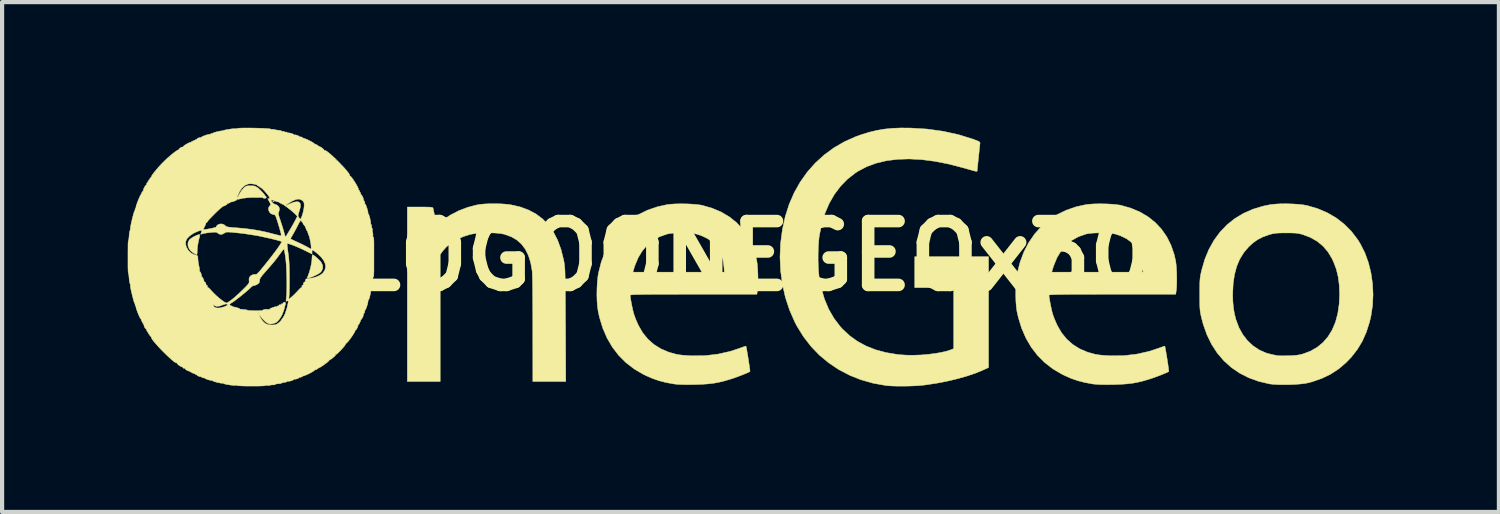
<source format=kicad_pcb>
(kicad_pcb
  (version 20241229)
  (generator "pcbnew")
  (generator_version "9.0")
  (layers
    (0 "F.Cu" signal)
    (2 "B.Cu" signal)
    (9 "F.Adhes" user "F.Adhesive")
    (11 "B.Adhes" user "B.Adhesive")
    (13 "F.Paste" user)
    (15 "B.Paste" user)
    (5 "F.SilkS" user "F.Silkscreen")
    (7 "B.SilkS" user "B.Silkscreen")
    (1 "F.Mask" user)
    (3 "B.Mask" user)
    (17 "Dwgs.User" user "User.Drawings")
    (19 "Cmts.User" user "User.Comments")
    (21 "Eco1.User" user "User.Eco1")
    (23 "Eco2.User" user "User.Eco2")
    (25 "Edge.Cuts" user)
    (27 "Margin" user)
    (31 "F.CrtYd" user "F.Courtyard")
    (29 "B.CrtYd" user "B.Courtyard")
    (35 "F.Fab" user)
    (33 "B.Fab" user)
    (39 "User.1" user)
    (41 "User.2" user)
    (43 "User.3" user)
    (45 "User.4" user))
  (footprint "LOGOONEGEOx30"
    (layer "F.Cu")
    (at 14.848 3.063)
    (property "Reference" "LOGOONEGEOx30" (at 0 0 0) (layer "F.SilkS") (effects (font (size 1.524 1.524) (thickness 0.3))))
    (attr through_hole)
    (fp_poly (pts (xy -11.35 -1.308) (xy -11.355 -1.3) (xy -11.371 -1.299) (xy -11.388 -1.303) (xy -11.381 -1.309) (xy -11.356 -1.311) (xy -11.35 -1.308)) (stroke (width 0.01) (type solid)) (fill yes) (layer "F.SilkS"))
    (fp_poly (pts (xy -13.125 -0.506) (xy -13.128 -0.488) (xy -13.137 -0.447) (xy -13.151 -0.39) (xy -13.157 -0.366) (xy -13.172 -0.288) (xy -13.184 -0.207) (xy -13.189 -0.139) (xy -13.189 -0.132) (xy -13.19 -0.08) (xy -13.195 -0.044) (xy -13.201 -0.032) (xy -13.221 -0.04) (xy -13.257 -0.059) (xy -13.28 -0.072) (xy -13.346 -0.125) (xy -13.391 -0.189) (xy -13.412 -0.257) (xy -13.409 -0.324) (xy -13.38 -0.383) (xy -13.373 -0.391) (xy -13.34 -0.419) (xy -13.294 -0.449) (xy -13.243 -0.476) (xy -13.194 -0.498) (xy -13.153 -0.511) (xy -13.129 -0.512) (xy -13.125 -0.506)) (stroke (width 0.01) (type solid)) (fill yes) (layer "F.SilkS"))
    (fp_poly (pts (xy -10.414 -0.021) (xy -10.376 0.006) (xy -10.332 0.043) (xy -10.287 0.085) (xy -10.249 0.124) (xy -10.233 0.143) (xy -10.197 0.215) (xy -10.191 0.286) (xy -10.217 0.353) (xy -10.246 0.389) (xy -10.278 0.414) (xy -10.326 0.442) (xy -10.383 0.47) (xy -10.441 0.495) (xy -10.494 0.515) (xy -10.535 0.526) (xy -10.558 0.526) (xy -10.561 0.521) (xy -10.555 0.502) (xy -10.541 0.465) (xy -10.536 0.452) (xy -10.511 0.381) (xy -10.487 0.294) (xy -10.467 0.201) (xy -10.453 0.116) (xy -10.449 0.052) (xy -10.446 0.005) (xy -10.441 -0.025) (xy -10.436 -0.032) (xy -10.414 -0.021)) (stroke (width 0.01) (type solid)) (fill yes) (layer "F.SilkS"))
    (fp_poly (pts (xy -5.94 -1.246) (xy -5.816 -1.238) (xy -5.713 -1.226) (xy -5.704 -1.224) (xy -5.481 -1.174) (xy -5.28 -1.1) (xy -5.1 -1.004) (xy -4.94 -0.883) (xy -4.801 -0.739) (xy -4.683 -0.57) (xy -4.583 -0.376) (xy -4.503 -0.157) (xy -4.442 0.088) (xy -4.435 0.12) (xy -4.429 0.152) (xy -4.424 0.185) (xy -4.42 0.219) (xy -4.416 0.257) (xy -4.412 0.302) (xy -4.409 0.355) (xy -4.407 0.42) (xy -4.405 0.498) (xy -4.403 0.591) (xy -4.401 0.703) (xy -4.4 0.835) (xy -4.399 0.989) (xy -4.398 1.169) (xy -4.397 1.375) (xy -4.396 1.611) (xy -4.395 1.647) (xy -4.389 2.997) (xy -5.176 2.997) (xy -5.177 1.735) (xy -5.177 1.525) (xy -5.178 1.325) (xy -5.179 1.137) (xy -5.18 0.962) (xy -5.181 0.804) (xy -5.183 0.666) (xy -5.185 0.549) (xy -5.188 0.456) (xy -5.19 0.391) (xy -5.192 0.354) (xy -5.193 0.354) (xy -5.228 0.157) (xy -5.282 -0.015) (xy -5.354 -0.161) (xy -5.445 -0.283) (xy -5.556 -0.382) (xy -5.688 -0.459) (xy -5.842 -0.515) (xy -5.874 -0.524) (xy -5.963 -0.54) (xy -6.075 -0.55) (xy -6.201 -0.554) (xy -6.333 -0.553) (xy -6.461 -0.546) (xy -6.577 -0.534) (xy -6.672 -0.516) (xy -6.675 -0.516) (xy -6.837 -0.464) (xy -6.989 -0.395) (xy -7.126 -0.311) (xy -7.242 -0.216) (xy -7.333 -0.113) (xy -7.34 -0.104) (xy -7.388 -0.034) (xy -7.388 2.997) (xy -8.173 2.997) (xy -8.173 -1.17) (xy -7.869 -1.17) (xy -7.763 -1.17) (xy -7.685 -1.169) (xy -7.629 -1.167) (xy -7.593 -1.163) (xy -7.572 -1.158) (xy -7.562 -1.15) (xy -7.558 -1.142) (xy -7.552 -1.115) (xy -7.541 -1.065) (xy -7.528 -0.998) (xy -7.515 -0.928) (xy -7.481 -0.741) (xy -7.334 -0.852) (xy -7.147 -0.977) (xy -6.944 -1.082) (xy -6.732 -1.163) (xy -6.52 -1.219) (xy -6.435 -1.233) (xy -6.332 -1.243) (xy -6.208 -1.248) (xy -6.074 -1.249) (xy -5.94 -1.246)) (stroke (width 0.01) (type solid)) (fill yes) (layer "F.SilkS"))
    (fp_poly (pts (xy 3.841 -3.056) (xy 3.845 -3.056) (xy 4.239 -3.032) (xy 4.62 -2.979) (xy 4.985 -2.899) (xy 5.334 -2.791) (xy 5.376 -2.775) (xy 5.439 -2.751) (xy 5.477 -2.733) (xy 5.496 -2.717) (xy 5.501 -2.7) (xy 5.501 -2.69) (xy 5.498 -2.663) (xy 5.492 -2.609) (xy 5.484 -2.535) (xy 5.475 -2.446) (xy 5.465 -2.353) (xy 5.455 -2.257) (xy 5.446 -2.173) (xy 5.439 -2.104) (xy 5.434 -2.056) (xy 5.433 -2.034) (xy 5.433 -2.034) (xy 5.432 -2.027) (xy 5.426 -2.023) (xy 5.412 -2.022) (xy 5.386 -2.027) (xy 5.344 -2.038) (xy 5.282 -2.055) (xy 5.196 -2.079) (xy 5.109 -2.104) (xy 4.76 -2.195) (xy 4.427 -2.261) (xy 4.11 -2.302) (xy 3.811 -2.318) (xy 3.529 -2.309) (xy 3.266 -2.276) (xy 3.021 -2.217) (xy 2.796 -2.134) (xy 2.59 -2.026) (xy 2.526 -1.985) (xy 2.337 -1.837) (xy 2.17 -1.666) (xy 2.024 -1.472) (xy 1.9 -1.256) (xy 1.798 -1.018) (xy 1.72 -0.761) (xy 1.664 -0.484) (xy 1.659 -0.45) (xy 1.648 -0.34) (xy 1.64 -0.207) (xy 1.636 -0.062) (xy 1.635 0.088) (xy 1.639 0.234) (xy 1.646 0.367) (xy 1.657 0.478) (xy 1.658 0.492) (xy 1.712 0.773) (xy 1.789 1.033) (xy 1.889 1.271) (xy 2.014 1.487) (xy 2.162 1.682) (xy 2.214 1.74) (xy 2.385 1.9) (xy 2.573 2.036) (xy 2.78 2.148) (xy 3.005 2.237) (xy 3.252 2.304) (xy 3.521 2.349) (xy 3.599 2.357) (xy 3.754 2.367) (xy 3.921 2.368) (xy 4.094 2.362) (xy 4.267 2.347) (xy 4.433 2.326) (xy 4.585 2.299) (xy 4.719 2.267) (xy 4.82 2.233) (xy 4.872 2.211) (xy 4.872 0.753) (xy 3.942 0.753) (xy 3.942 0.016) (xy 5.705 0.016) (xy 5.705 2.662) (xy 5.581 2.719) (xy 5.398 2.795) (xy 5.189 2.866) (xy 4.959 2.931) (xy 4.714 2.989) (xy 4.459 3.038) (xy 4.2 3.077) (xy 4.135 3.085) (xy 4.039 3.094) (xy 3.922 3.1) (xy 3.793 3.105) (xy 3.66 3.106) (xy 3.53 3.106) (xy 3.41 3.103) (xy 3.309 3.097) (xy 3.253 3.091) (xy 2.95 3.037) (xy 2.66 2.955) (xy 2.386 2.846) (xy 2.128 2.711) (xy 1.887 2.55) (xy 1.666 2.366) (xy 1.466 2.158) (xy 1.287 1.927) (xy 1.131 1.675) (xy 1.081 1.58) (xy 0.954 1.291) (xy 0.854 0.988) (xy 0.783 0.674) (xy 0.74 0.353) (xy 0.725 0.025) (xy 0.739 -0.304) (xy 0.783 -0.634) (xy 0.851 -0.944) (xy 0.944 -1.236) (xy 1.063 -1.51) (xy 1.207 -1.766) (xy 1.375 -2.003) (xy 1.566 -2.219) (xy 1.779 -2.413) (xy 2.012 -2.584) (xy 2.266 -2.731) (xy 2.537 -2.852) (xy 2.668 -2.899) (xy 2.857 -2.957) (xy 3.038 -3) (xy 3.219 -3.031) (xy 3.409 -3.05) (xy 3.613 -3.058) (xy 3.841 -3.056)) (stroke (width 0.01) (type solid)) (fill yes) (layer "F.SilkS"))
    (fp_poly (pts (xy 12.954 -1.244) (xy 13.09 -1.236) (xy 13.213 -1.223) (xy 13.312 -1.205) (xy 13.317 -1.204) (xy 13.565 -1.131) (xy 13.796 -1.032) (xy 14.008 -0.908) (xy 14.199 -0.759) (xy 14.371 -0.586) (xy 14.52 -0.39) (xy 14.582 -0.289) (xy 14.69 -0.076) (xy 14.774 0.156) (xy 14.835 0.402) (xy 14.872 0.657) (xy 14.885 0.917) (xy 14.873 1.177) (xy 14.835 1.433) (xy 14.8 1.581) (xy 14.724 1.818) (xy 14.629 2.032) (xy 14.512 2.227) (xy 14.371 2.409) (xy 14.24 2.545) (xy 14.063 2.696) (xy 13.871 2.821) (xy 13.661 2.922) (xy 13.431 3.002) (xy 13.317 3.031) (xy 13.235 3.046) (xy 13.129 3.057) (xy 13.007 3.066) (xy 12.876 3.071) (xy 12.744 3.072) (xy 12.619 3.07) (xy 12.508 3.064) (xy 12.42 3.054) (xy 12.412 3.053) (xy 12.155 2.993) (xy 11.918 2.907) (xy 11.699 2.796) (xy 11.501 2.66) (xy 11.323 2.5) (xy 11.166 2.317) (xy 11.032 2.111) (xy 10.92 1.883) (xy 10.831 1.633) (xy 10.791 1.482) (xy 10.776 1.419) (xy 10.765 1.364) (xy 10.757 1.313) (xy 10.752 1.258) (xy 10.748 1.194) (xy 10.747 1.115) (xy 10.746 1.014) (xy 10.746 0.913) (xy 11.534 0.913) (xy 11.538 1.087) (xy 11.552 1.239) (xy 11.576 1.381) (xy 11.612 1.521) (xy 11.613 1.522) (xy 11.683 1.709) (xy 11.776 1.876) (xy 11.889 2.022) (xy 12.022 2.145) (xy 12.171 2.244) (xy 12.335 2.316) (xy 12.476 2.353) (xy 12.533 2.364) (xy 12.581 2.374) (xy 12.604 2.379) (xy 12.631 2.381) (xy 12.683 2.382) (xy 12.754 2.382) (xy 12.836 2.381) (xy 12.86 2.38) (xy 12.975 2.376) (xy 13.066 2.368) (xy 13.142 2.355) (xy 13.204 2.34) (xy 13.387 2.272) (xy 13.549 2.18) (xy 13.69 2.064) (xy 13.811 1.924) (xy 13.91 1.762) (xy 13.988 1.577) (xy 14.043 1.371) (xy 14.076 1.144) (xy 14.086 0.913) (xy 14.078 0.695) (xy 14.052 0.497) (xy 14.008 0.315) (xy 13.943 0.143) (xy 13.907 0.065) (xy 13.809 -0.099) (xy 13.69 -0.237) (xy 13.55 -0.353) (xy 13.389 -0.444) (xy 13.205 -0.513) (xy 13.196 -0.516) (xy 13.143 -0.53) (xy 13.093 -0.54) (xy 13.039 -0.547) (xy 12.973 -0.55) (xy 12.889 -0.552) (xy 12.804 -0.552) (xy 12.702 -0.551) (xy 12.624 -0.549) (xy 12.564 -0.544) (xy 12.512 -0.537) (xy 12.462 -0.526) (xy 12.406 -0.51) (xy 12.396 -0.507) (xy 12.252 -0.455) (xy 12.13 -0.393) (xy 12.019 -0.314) (xy 11.914 -0.218) (xy 11.797 -0.08) (xy 11.702 0.075) (xy 11.629 0.249) (xy 11.577 0.443) (xy 11.545 0.659) (xy 11.534 0.898) (xy 11.534 0.913) (xy 10.746 0.913) (xy 10.746 0.792) (xy 10.747 0.696) (xy 10.749 0.62) (xy 10.753 0.558) (xy 10.759 0.504) (xy 10.767 0.453) (xy 10.779 0.397) (xy 10.791 0.345) (xy 10.866 0.083) (xy 10.965 -0.157) (xy 11.087 -0.376) (xy 11.231 -0.572) (xy 11.397 -0.745) (xy 11.583 -0.894) (xy 11.789 -1.018) (xy 12.015 -1.118) (xy 12.26 -1.192) (xy 12.443 -1.229) (xy 12.549 -1.24) (xy 12.675 -1.247) (xy 12.813 -1.248) (xy 12.954 -1.244)) (stroke (width 0.01) (type solid)) (fill yes) (layer "F.SilkS"))
    (fp_poly (pts (xy -1.499 -1.245) (xy -1.37 -1.239) (xy -1.254 -1.229) (xy -1.158 -1.216) (xy -1.133 -1.211) (xy -0.895 -1.142) (xy -0.679 -1.051) (xy -0.485 -0.936) (xy -0.313 -0.799) (xy -0.165 -0.64) (xy -0.04 -0.461) (xy 0.06 -0.26) (xy 0.136 -0.04) (xy 0.17 0.107) (xy 0.182 0.19) (xy 0.191 0.295) (xy 0.197 0.414) (xy 0.2 0.537) (xy 0.199 0.654) (xy 0.194 0.757) (xy 0.187 0.821) (xy 0.174 0.913) (xy -1.339 0.913) (xy -1.598 0.913) (xy -1.827 0.914) (xy -2.027 0.914) (xy -2.201 0.915) (xy -2.349 0.915) (xy -2.475 0.916) (xy -2.579 0.918) (xy -2.663 0.919) (xy -2.729 0.921) (xy -2.779 0.923) (xy -2.814 0.926) (xy -2.837 0.929) (xy -2.849 0.932) (xy -2.852 0.935) (xy -2.849 0.972) (xy -2.84 1.031) (xy -2.827 1.105) (xy -2.811 1.186) (xy -2.794 1.265) (xy -2.778 1.335) (xy -2.771 1.362) (xy -2.75 1.427) (xy -2.719 1.509) (xy -2.682 1.595) (xy -2.653 1.659) (xy -2.552 1.833) (xy -2.429 1.984) (xy -2.284 2.112) (xy -2.117 2.216) (xy -1.929 2.296) (xy -1.747 2.347) (xy -1.685 2.357) (xy -1.601 2.367) (xy -1.503 2.375) (xy -1.4 2.381) (xy -1.37 2.382) (xy -1.06 2.378) (xy -0.758 2.342) (xy -0.463 2.276) (xy -0.242 2.203) (xy -0.178 2.18) (xy -0.127 2.162) (xy -0.095 2.152) (xy -0.087 2.151) (xy -0.082 2.17) (xy -0.073 2.213) (xy -0.062 2.276) (xy -0.049 2.353) (xy -0.035 2.437) (xy -0.022 2.522) (xy -0.01 2.602) (xy 0.000021 2.671) (xy 0.007 2.723) (xy 0.009 2.752) (xy 0.008 2.756) (xy -0.01 2.768) (xy -0.053 2.788) (xy -0.115 2.814) (xy -0.189 2.844) (xy -0.27 2.875) (xy -0.352 2.905) (xy -0.43 2.931) (xy -0.471 2.944) (xy -0.609 2.984) (xy -0.737 3.015) (xy -0.863 3.038) (xy -0.994 3.053) (xy -1.141 3.063) (xy -1.31 3.069) (xy -1.322 3.069) (xy -1.477 3.071) (xy -1.604 3.069) (xy -1.706 3.065) (xy -1.787 3.057) (xy -1.811 3.054) (xy -1.995 3.02) (xy -2.157 2.979) (xy -2.309 2.927) (xy -2.462 2.861) (xy -2.539 2.824) (xy -2.757 2.696) (xy -2.953 2.545) (xy -3.126 2.372) (xy -3.276 2.177) (xy -3.403 1.96) (xy -3.506 1.723) (xy -3.585 1.465) (xy -3.616 1.322) (xy -3.633 1.208) (xy -3.643 1.072) (xy -3.647 0.922) (xy -3.644 0.768) (xy -3.636 0.62) (xy -3.622 0.485) (xy -3.609 0.404) (xy -3.604 0.385) (xy -2.787 0.385) (xy -0.604 0.385) (xy -0.613 0.252) (xy -0.638 0.083) (xy -0.69 -0.069) (xy -0.768 -0.203) (xy -0.871 -0.318) (xy -0.998 -0.413) (xy -1.149 -0.486) (xy -1.266 -0.524) (xy -1.342 -0.539) (xy -1.441 -0.548) (xy -1.554 -0.553) (xy -1.672 -0.553) (xy -1.786 -0.549) (xy -1.887 -0.54) (xy -1.965 -0.526) (xy -1.971 -0.524) (xy -2.149 -0.462) (xy -2.306 -0.375) (xy -2.444 -0.262) (xy -2.561 -0.125) (xy -2.659 0.037) (xy -2.738 0.225) (xy -2.762 0.3) (xy -2.787 0.385) (xy -3.604 0.385) (xy -3.542 0.143) (xy -3.451 -0.099) (xy -3.336 -0.321) (xy -3.198 -0.522) (xy -3.039 -0.701) (xy -2.858 -0.856) (xy -2.659 -0.988) (xy -2.44 -1.095) (xy -2.203 -1.176) (xy -1.973 -1.227) (xy -1.878 -1.238) (xy -1.761 -1.245) (xy -1.632 -1.247) (xy -1.499 -1.245)) (stroke (width 0.01) (type solid)) (fill yes) (layer "F.SilkS"))
    (fp_poly (pts (xy 8.501 -1.245) (xy 8.63 -1.239) (xy 8.746 -1.229) (xy 8.842 -1.216) (xy 8.867 -1.211) (xy 9.105 -1.142) (xy 9.321 -1.051) (xy 9.515 -0.936) (xy 9.687 -0.799) (xy 9.835 -0.64) (xy 9.96 -0.461) (xy 10.06 -0.26) (xy 10.136 -0.04) (xy 10.17 0.107) (xy 10.182 0.19) (xy 10.191 0.295) (xy 10.197 0.414) (xy 10.199 0.537) (xy 10.198 0.654) (xy 10.194 0.757) (xy 10.187 0.821) (xy 10.174 0.913) (xy 8.66 0.913) (xy 8.401 0.913) (xy 8.173 0.914) (xy 7.972 0.914) (xy 7.799 0.915) (xy 7.65 0.915) (xy 7.525 0.916) (xy 7.421 0.918) (xy 7.337 0.919) (xy 7.271 0.921) (xy 7.221 0.923) (xy 7.185 0.926) (xy 7.162 0.929) (xy 7.15 0.932) (xy 7.147 0.935) (xy 7.151 0.972) (xy 7.16 1.031) (xy 7.173 1.105) (xy 7.189 1.186) (xy 7.206 1.265) (xy 7.222 1.335) (xy 7.229 1.362) (xy 7.25 1.427) (xy 7.281 1.509) (xy 7.318 1.595) (xy 7.347 1.659) (xy 7.448 1.833) (xy 7.571 1.984) (xy 7.716 2.112) (xy 7.882 2.216) (xy 8.07 2.296) (xy 8.253 2.347) (xy 8.315 2.357) (xy 8.399 2.367) (xy 8.497 2.375) (xy 8.6 2.381) (xy 8.63 2.382) (xy 8.94 2.378) (xy 9.242 2.342) (xy 9.536 2.276) (xy 9.758 2.203) (xy 9.822 2.18) (xy 9.873 2.162) (xy 9.905 2.152) (xy 9.913 2.151) (xy 9.918 2.17) (xy 9.927 2.213) (xy 9.938 2.276) (xy 9.951 2.353) (xy 9.965 2.437) (xy 9.978 2.522) (xy 9.99 2.602) (xy 10 2.671) (xy 10.006 2.723) (xy 10.009 2.752) (xy 10.008 2.756) (xy 9.989 2.768) (xy 9.946 2.788) (xy 9.885 2.814) (xy 9.81 2.844) (xy 9.729 2.875) (xy 9.647 2.905) (xy 9.57 2.931) (xy 9.529 2.944) (xy 9.391 2.984) (xy 9.263 3.015) (xy 9.137 3.038) (xy 9.005 3.053) (xy 8.859 3.063) (xy 8.69 3.069) (xy 8.678 3.069) (xy 8.523 3.071) (xy 8.396 3.069) (xy 8.294 3.065) (xy 8.213 3.057) (xy 8.189 3.054) (xy 8.005 3.02) (xy 7.843 2.979) (xy 7.69 2.927) (xy 7.538 2.861) (xy 7.461 2.824) (xy 7.243 2.696) (xy 7.047 2.545) (xy 6.874 2.372) (xy 6.724 2.177) (xy 6.597 1.96) (xy 6.494 1.723) (xy 6.415 1.465) (xy 6.383 1.322) (xy 6.367 1.208) (xy 6.357 1.072) (xy 6.353 0.922) (xy 6.355 0.768) (xy 6.364 0.62) (xy 6.378 0.485) (xy 6.391 0.404) (xy 6.396 0.385) (xy 7.213 0.385) (xy 9.395 0.385) (xy 9.387 0.252) (xy 9.362 0.083) (xy 9.31 -0.069) (xy 9.232 -0.203) (xy 9.129 -0.318) (xy 9.001 -0.413) (xy 8.85 -0.486) (xy 8.734 -0.524) (xy 8.657 -0.539) (xy 8.558 -0.548) (xy 8.445 -0.553) (xy 8.328 -0.553) (xy 8.214 -0.549) (xy 8.113 -0.54) (xy 8.034 -0.526) (xy 8.029 -0.524) (xy 7.851 -0.462) (xy 7.694 -0.375) (xy 7.556 -0.262) (xy 7.438 -0.125) (xy 7.34 0.037) (xy 7.262 0.225) (xy 7.238 0.3) (xy 7.213 0.385) (xy 6.396 0.385) (xy 6.458 0.143) (xy 6.549 -0.099) (xy 6.664 -0.321) (xy 6.802 -0.522) (xy 6.961 -0.701) (xy 7.141 -0.856) (xy 7.341 -0.988) (xy 7.56 -1.095) (xy 7.796 -1.176) (xy 8.027 -1.227) (xy 8.122 -1.238) (xy 8.239 -1.245) (xy 8.367 -1.247) (xy 8.501 -1.245)) (stroke (width 0.01) (type solid)) (fill yes) (layer "F.SilkS"))
    (fp_poly (pts (xy -11.93 -3.057) (xy -11.832 -3.055) (xy -11.734 -3.053) (xy -11.642 -3.05) (xy -11.561 -3.046) (xy -11.497 -3.042) (xy -11.454 -3.037) (xy -11.439 -3.033) (xy -11.411 -3.022) (xy -11.4 -3.024) (xy -11.367 -3.025) (xy -11.35 -3.021) (xy -11.317 -3.012) (xy -11.268 -3.005) (xy -11.25 -3.003) (xy -11.206 -2.997) (xy -11.177 -2.987) (xy -11.173 -2.983) (xy -11.156 -2.974) (xy -11.137 -2.976) (xy -11.112 -2.976) (xy -11.105 -2.968) (xy -11.093 -2.958) (xy -11.073 -2.96) (xy -11.047 -2.959) (xy -11.041 -2.95) (xy -11.033 -2.937) (xy -11.028 -2.939) (xy -11.005 -2.941) (xy -10.967 -2.934) (xy -10.925 -2.922) (xy -10.893 -2.909) (xy -10.881 -2.898) (xy -10.871 -2.889) (xy -10.867 -2.891) (xy -10.843 -2.893) (xy -10.808 -2.884) (xy -10.773 -2.87) (xy -10.754 -2.855) (xy -10.753 -2.851) (xy -10.741 -2.844) (xy -10.731 -2.846) (xy -10.702 -2.843) (xy -10.687 -2.833) (xy -10.652 -2.813) (xy -10.633 -2.807) (xy -10.6 -2.796) (xy -10.552 -2.776) (xy -10.499 -2.749) (xy -10.448 -2.722) (xy -10.408 -2.697) (xy -10.386 -2.679) (xy -10.384 -2.675) (xy -10.375 -2.666) (xy -10.369 -2.668) (xy -10.347 -2.665) (xy -10.324 -2.649) (xy -10.292 -2.625) (xy -10.272 -2.615) (xy -10.241 -2.602) (xy -10.205 -2.577) (xy -10.174 -2.551) (xy -10.16 -2.531) (xy -10.16 -2.53) (xy -10.151 -2.521) (xy -10.147 -2.522) (xy -10.125 -2.518) (xy -10.086 -2.494) (xy -10.033 -2.452) (xy -9.97 -2.397) (xy -9.901 -2.333) (xy -9.829 -2.262) (xy -9.758 -2.19) (xy -9.691 -2.119) (xy -9.633 -2.053) (xy -9.587 -1.996) (xy -9.556 -1.951) (xy -9.545 -1.922) (xy -9.546 -1.917) (xy -9.548 -1.907) (xy -9.543 -1.911) (xy -9.528 -1.905) (xy -9.503 -1.877) (xy -9.47 -1.832) (xy -9.434 -1.778) (xy -9.399 -1.721) (xy -9.368 -1.666) (xy -9.346 -1.62) (xy -9.336 -1.59) (xy -9.337 -1.581) (xy -9.335 -1.572) (xy -9.327 -1.57) (xy -9.313 -1.565) (xy -9.315 -1.561) (xy -9.314 -1.543) (xy -9.302 -1.527) (xy -9.287 -1.502) (xy -9.287 -1.489) (xy -9.287 -1.475) (xy -9.283 -1.474) (xy -9.268 -1.461) (xy -9.249 -1.431) (xy -9.231 -1.394) (xy -9.22 -1.363) (xy -9.221 -1.35) (xy -9.218 -1.334) (xy -9.205 -1.318) (xy -9.189 -1.289) (xy -9.189 -1.272) (xy -9.189 -1.253) (xy -9.184 -1.25) (xy -9.173 -1.236) (xy -9.156 -1.2) (xy -9.139 -1.152) (xy -9.124 -1.101) (xy -9.113 -1.057) (xy -9.11 -1.029) (xy -9.111 -1.024) (xy -9.11 -1.011) (xy -9.105 -1.01) (xy -9.095 -0.995) (xy -9.081 -0.959) (xy -9.068 -0.909) (xy -9.056 -0.856) (xy -9.047 -0.808) (xy -9.045 -0.775) (xy -9.047 -0.768) (xy -9.044 -0.754) (xy -9.037 -0.753) (xy -9.025 -0.74) (xy -9.026 -0.713) (xy -9.027 -0.683) (xy -9.019 -0.673) (xy -9.009 -0.659) (xy -9.007 -0.629) (xy -9.006 -0.585) (xy -8.999 -0.557) (xy -8.992 -0.517) (xy -8.995 -0.497) (xy -8.995 -0.467) (xy -8.988 -0.455) (xy -8.983 -0.451) (xy -8.979 -0.442) (xy -8.975 -0.426) (xy -8.973 -0.398) (xy -8.971 -0.356) (xy -8.97 -0.295) (xy -8.97 -0.213) (xy -8.97 -0.106) (xy -8.97 0.024) (xy -8.97 0.159) (xy -8.97 0.265) (xy -8.97 0.346) (xy -8.972 0.406) (xy -8.973 0.448) (xy -8.975 0.475) (xy -8.979 0.491) (xy -8.983 0.499) (xy -8.988 0.503) (xy -8.997 0.525) (xy -8.995 0.545) (xy -8.994 0.585) (xy -8.999 0.605) (xy -9.007 0.642) (xy -9.007 0.677) (xy -9.009 0.709) (xy -9.019 0.721) (xy -9.027 0.734) (xy -9.026 0.761) (xy -9.026 0.793) (xy -9.037 0.801) (xy -9.049 0.81) (xy -9.047 0.816) (xy -9.045 0.839) (xy -9.05 0.881) (xy -9.061 0.933) (xy -9.074 0.986) (xy -9.088 1.029) (xy -9.1 1.055) (xy -9.105 1.058) (xy -9.113 1.067) (xy -9.111 1.073) (xy -9.111 1.094) (xy -9.12 1.135) (xy -9.134 1.185) (xy -9.151 1.234) (xy -9.168 1.275) (xy -9.181 1.297) (xy -9.184 1.298) (xy -9.191 1.31) (xy -9.189 1.32) (xy -9.192 1.348) (xy -9.205 1.366) (xy -9.221 1.389) (xy -9.221 1.398) (xy -9.222 1.417) (xy -9.234 1.45) (xy -9.253 1.487) (xy -9.272 1.514) (xy -9.283 1.522) (xy -9.29 1.532) (xy -9.287 1.537) (xy -9.29 1.559) (xy -9.302 1.575) (xy -9.317 1.598) (xy -9.315 1.609) (xy -9.318 1.618) (xy -9.325 1.619) (xy -9.337 1.628) (xy -9.335 1.635) (xy -9.337 1.649) (xy -9.344 1.651) (xy -9.356 1.657) (xy -9.354 1.661) (xy -9.354 1.68) (xy -9.366 1.712) (xy -9.384 1.744) (xy -9.401 1.762) (xy -9.405 1.763) (xy -9.416 1.776) (xy -9.417 1.784) (xy -9.427 1.808) (xy -9.451 1.85) (xy -9.485 1.903) (xy -9.524 1.959) (xy -9.564 2.012) (xy -9.598 2.053) (xy -9.622 2.077) (xy -9.645 2.097) (xy -9.65 2.109) (xy -9.657 2.125) (xy -9.681 2.157) (xy -9.717 2.199) (xy -9.759 2.245) (xy -9.801 2.288) (xy -9.838 2.324) (xy -9.863 2.345) (xy -9.872 2.348) (xy -9.891 2.351) (xy -9.897 2.358) (xy -9.899 2.369) (xy -9.886 2.364) (xy -9.885 2.367) (xy -9.904 2.387) (xy -9.936 2.416) (xy -9.975 2.449) (xy -10.006 2.47) (xy -10.018 2.474) (xy -10.032 2.481) (xy -10.037 2.49) (xy -10.054 2.51) (xy -10.089 2.541) (xy -10.136 2.577) (xy -10.187 2.613) (xy -10.232 2.643) (xy -10.265 2.661) (xy -10.271 2.663) (xy -10.3 2.678) (xy -10.324 2.697) (xy -10.351 2.715) (xy -10.369 2.716) (xy -10.383 2.718) (xy -10.384 2.723) (xy -10.398 2.737) (xy -10.432 2.76) (xy -10.48 2.788) (xy -10.533 2.815) (xy -10.584 2.838) (xy -10.623 2.853) (xy -10.633 2.855) (xy -10.672 2.87) (xy -10.687 2.881) (xy -10.716 2.895) (xy -10.731 2.894) (xy -10.75 2.894) (xy -10.753 2.9) (xy -10.767 2.914) (xy -10.798 2.929) (xy -10.835 2.939) (xy -10.863 2.941) (xy -10.867 2.939) (xy -10.88 2.941) (xy -10.881 2.945) (xy -10.895 2.958) (xy -10.928 2.973) (xy -10.969 2.985) (xy -11.006 2.991) (xy -11.024 2.989) (xy -11.042 2.992) (xy -11.044 2.996) (xy -11.062 3.008) (xy -11.099 3.016) (xy -11.105 3.016) (xy -11.146 3.023) (xy -11.17 3.032) (xy -11.171 3.033) (xy -11.191 3.042) (xy -11.232 3.048) (xy -11.255 3.049) (xy -11.299 3.054) (xy -11.326 3.062) (xy -11.33 3.066) (xy -11.344 3.075) (xy -11.374 3.076) (xy -11.418 3.077) (xy -11.446 3.084) (xy -11.484 3.091) (xy -11.515 3.089) (xy -11.548 3.087) (xy -11.563 3.093) (xy -11.58 3.098) (xy -11.624 3.101) (xy -11.689 3.103) (xy -11.768 3.105) (xy -11.855 3.105) (xy -11.946 3.105) (xy -12.033 3.104) (xy -12.112 3.102) (xy -12.176 3.099) (xy -12.219 3.096) (xy -12.236 3.092) (xy -12.256 3.085) (xy -12.268 3.087) (xy -12.294 3.09) (xy -12.34 3.087) (xy -12.397 3.08) (xy -12.456 3.071) (xy -12.51 3.061) (xy -12.548 3.05) (xy -12.564 3.042) (xy -12.564 3.041) (xy -12.574 3.034) (xy -12.579 3.036) (xy -12.602 3.038) (xy -12.643 3.032) (xy -12.695 3.021) (xy -12.748 3.008) (xy -12.791 2.994) (xy -12.817 2.982) (xy -12.82 2.977) (xy -12.83 2.969) (xy -12.834 2.971) (xy -12.855 2.971) (xy -12.894 2.963) (xy -12.94 2.949) (xy -12.981 2.934) (xy -13.008 2.92) (xy -13.012 2.914) (xy -13.024 2.908) (xy -13.034 2.91) (xy -13.062 2.907) (xy -13.081 2.894) (xy -13.103 2.878) (xy -13.113 2.878) (xy -13.132 2.878) (xy -13.163 2.866) (xy -13.192 2.849) (xy -13.205 2.833) (xy -13.205 2.833) (xy -13.215 2.826) (xy -13.221 2.828) (xy -13.236 2.827) (xy -13.237 2.82) (xy -13.247 2.81) (xy -13.253 2.812) (xy -13.268 2.811) (xy -13.269 2.804) (xy -13.278 2.794) (xy -13.284 2.796) (xy -13.305 2.793) (xy -13.322 2.781) (xy -13.345 2.766) (xy -13.355 2.768) (xy -13.364 2.765) (xy -13.365 2.756) (xy -13.371 2.743) (xy -13.375 2.745) (xy -13.395 2.746) (xy -13.427 2.733) (xy -13.458 2.714) (xy -13.476 2.696) (xy -13.477 2.692) (xy -13.486 2.678) (xy -13.489 2.678) (xy -13.523 2.678) (xy -13.534 2.665) (xy -13.532 2.658) (xy -13.53 2.647) (xy -13.536 2.649) (xy -13.558 2.647) (xy -13.593 2.63) (xy -13.63 2.605) (xy -13.649 2.588) (xy -13.637 2.588) (xy -13.629 2.596) (xy -13.621 2.588) (xy -13.629 2.58) (xy -13.637 2.588) (xy -13.649 2.588) (xy -13.659 2.579) (xy -13.663 2.572) (xy -10.16 2.572) (xy -10.152 2.58) (xy -10.144 2.572) (xy -10.152 2.564) (xy -10.16 2.572) (xy -13.663 2.572) (xy -13.67 2.561) (xy -13.676 2.55) (xy -13.68 2.553) (xy -13.699 2.55) (xy -13.735 2.527) (xy -13.739 2.524) (xy -10.096 2.524) (xy -10.088 2.532) (xy -10.08 2.524) (xy -10.088 2.516) (xy -10.096 2.524) (xy -13.739 2.524) (xy -13.785 2.487) (xy -13.846 2.433) (xy -13.852 2.428) (xy -13.846 2.428) (xy -13.838 2.436) (xy -13.83 2.428) (xy -13.838 2.42) (xy -13.846 2.428) (xy -13.852 2.428) (xy -13.914 2.37) (xy -13.985 2.3) (xy -14.042 2.242) (xy -9.771 2.242) (xy -9.769 2.244) (xy -9.755 2.232) (xy -9.751 2.228) (xy -9.747 2.213) (xy -9.749 2.211) (xy -9.764 2.223) (xy -9.767 2.228) (xy -9.771 2.242) (xy -14.042 2.242) (xy -14.056 2.228) (xy -14.124 2.156) (xy -14.124 2.155) (xy -14.118 2.155) (xy -14.11 2.163) (xy -14.102 2.155) (xy -14.11 2.147) (xy -14.118 2.155) (xy -14.124 2.155) (xy -14.184 2.089) (xy -14.208 2.059) (xy -14.198 2.059) (xy -14.19 2.067) (xy -14.182 2.059) (xy -14.19 2.051) (xy -14.198 2.059) (xy -14.208 2.059) (xy -14.233 2.03) (xy -14.259 1.995) (xy -14.246 1.995) (xy -14.238 2.003) (xy -14.23 1.995) (xy -14.238 1.987) (xy -14.246 1.995) (xy -14.259 1.995) (xy -14.268 1.982) (xy -14.286 1.949) (xy -14.286 1.938) (xy -14.292 1.923) (xy -14.304 1.917) (xy -14.321 1.902) (xy -14.32 1.893) (xy -14.324 1.876) (xy -14.337 1.868) (xy -14.355 1.856) (xy -14.354 1.849) (xy -14.358 1.833) (xy -14.377 1.809) (xy -14.396 1.781) (xy -14.398 1.762) (xy -14.4 1.748) (xy -14.405 1.747) (xy -14.423 1.734) (xy -14.443 1.705) (xy -14.458 1.672) (xy -14.461 1.648) (xy -14.459 1.645) (xy -14.462 1.635) (xy -14.469 1.635) (xy -14.481 1.625) (xy -14.479 1.619) (xy -14.481 1.604) (xy -14.487 1.603) (xy -14.497 1.593) (xy -14.495 1.586) (xy -14.497 1.572) (xy -14.503 1.57) (xy -14.513 1.561) (xy -14.511 1.554) (xy -14.513 1.54) (xy -14.519 1.538) (xy -14.529 1.529) (xy -14.527 1.522) (xy -14.527 1.508) (xy -14.532 1.506) (xy -14.545 1.492) (xy -14.564 1.456) (xy -14.587 1.405) (xy -14.605 1.362) (xy -11.73 1.362) (xy -11.725 1.375) (xy -11.72 1.373) (xy -11.718 1.354) (xy -11.72 1.351) (xy -11.729 1.354) (xy -11.73 1.362) (xy -14.605 1.362) (xy -14.611 1.346) (xy -14.626 1.306) (xy -12.019 1.306) (xy -12.011 1.314) (xy -12.003 1.306) (xy -12.011 1.298) (xy -12.019 1.306) (xy -14.626 1.306) (xy -14.632 1.29) (xy -12.115 1.29) (xy -12.107 1.298) (xy -12.099 1.29) (xy -12.107 1.282) (xy -12.115 1.29) (xy -14.632 1.29) (xy -14.633 1.289) (xy -14.648 1.24) (xy -14.655 1.208) (xy -14.654 1.201) (xy -14.657 1.187) (xy -14.664 1.186) (xy -14.675 1.174) (xy -14.674 1.165) (xy -12.803 1.165) (xy -12.791 1.207) (xy -12.755 1.233) (xy -12.699 1.242) (xy -12.627 1.235) (xy -12.543 1.21) (xy -12.518 1.2) (xy -12.476 1.18) (xy -12.459 1.167) (xy -12.463 1.159) (xy -12.419 1.159) (xy -12.41 1.169) (xy -12.403 1.17) (xy -12.393 1.18) (xy -12.395 1.186) (xy -12.393 1.195) (xy -12.38 1.192) (xy -12.359 1.191) (xy -12.355 1.198) (xy -12.343 1.212) (xy -12.335 1.213) (xy -12.307 1.216) (xy -12.265 1.225) (xy -12.222 1.238) (xy -12.187 1.252) (xy -12.17 1.262) (xy -12.17 1.264) (xy -12.159 1.27) (xy -12.124 1.275) (xy -12.087 1.277) (xy -12.036 1.281) (xy -12 1.288) (xy -11.988 1.293) (xy -11.97 1.298) (xy -11.93 1.302) (xy -11.874 1.304) (xy -11.81 1.306) (xy -11.746 1.306) (xy -11.69 1.304) (xy -11.648 1.302) (xy -11.628 1.298) (xy -11.628 1.296) (xy -11.622 1.29) (xy -11.538 1.29) (xy -11.53 1.298) (xy -11.522 1.29) (xy -11.53 1.282) (xy -11.538 1.29) (xy -11.622 1.29) (xy -11.619 1.287) (xy -11.589 1.279) (xy -11.549 1.274) (xy -11.509 1.273) (xy -11.479 1.277) (xy -11.479 1.277) (xy -11.461 1.28) (xy -11.463 1.273) (xy -11.457 1.261) (xy -11.429 1.246) (xy -11.389 1.23) (xy -11.347 1.216) (xy -11.312 1.209) (xy -11.296 1.211) (xy -11.283 1.208) (xy -11.282 1.201) (xy -11.27 1.19) (xy -11.257 1.192) (xy -11.24 1.194) (xy -11.241 1.187) (xy -11.237 1.172) (xy -11.215 1.161) (xy -11.189 1.161) (xy -11.182 1.164) (xy -11.172 1.165) (xy -11.178 1.154) (xy -11.181 1.139) (xy -11.163 1.143) (xy -11.145 1.145) (xy -11.145 1.138) (xy -11.141 1.12) (xy -11.124 1.107) (xy -11.097 1.099) (xy -11.083 1.115) (xy -11.079 1.145) (xy -11.082 1.155) (xy -11.093 1.181) (xy -11.099 1.206) (xy -11.112 1.259) (xy -11.119 1.287) (xy -11.122 1.294) (xy -11.129 1.311) (xy -11.13 1.314) (xy -11.137 1.337) (xy -11.138 1.338) (xy -11.145 1.358) (xy -11.164 1.405) (xy -11.196 1.463) (xy -11.235 1.518) (xy -11.262 1.549) (xy -11.292 1.579) (xy -11.311 1.594) (xy -11.314 1.595) (xy -11.327 1.596) (xy -11.359 1.607) (xy -11.367 1.611) (xy -11.432 1.625) (xy -11.496 1.612) (xy -11.561 1.571) (xy -11.63 1.501) (xy -11.675 1.443) (xy -11.702 1.408) (xy -11.713 1.4) (xy -11.707 1.418) (xy -11.686 1.461) (xy -11.681 1.47) (xy -11.627 1.552) (xy -11.569 1.607) (xy -11.502 1.637) (xy -11.42 1.647) (xy -11.413 1.647) (xy -11.356 1.643) (xy -11.307 1.634) (xy -11.287 1.625) (xy -11.243 1.594) (xy -11.204 1.558) (xy -11.177 1.526) (xy -11.17 1.509) (xy -11.161 1.491) (xy -11.157 1.49) (xy -11.144 1.477) (xy -11.125 1.445) (xy -11.104 1.404) (xy -11.087 1.365) (xy -11.08 1.342) (xy -11.073 1.322) (xy -11.066 1.301) (xy -11.065 1.298) (xy -11.059 1.279) (xy -11.058 1.278) (xy -11.052 1.261) (xy -11.049 1.25) (xy -11.041 1.216) (xy -11.034 1.186) (xy -11.023 1.137) (xy -11.017 1.102) (xy -11.015 1.071) (xy -11.026 1.067) (xy -11.042 1.074) (xy -11.06 1.082) (xy -11.068 1.076) (xy -11.068 1.051) (xy -11.062 1.001) (xy -11.062 0.998) (xy -11.055 0.925) (xy -11.051 0.827) (xy -11.05 0.71) (xy -11.05 0.583) (xy -11.053 0.452) (xy -11.058 0.323) (xy -11.064 0.205) (xy -11.073 0.103) (xy -11.079 0.05) (xy -11.09 -0.027) (xy -11.101 -0.093) (xy -11.109 -0.14) (xy -11.115 -0.163) (xy -11.116 -0.164) (xy -11.128 -0.158) (xy -11.154 -0.131) (xy -11.188 -0.087) (xy -11.207 -0.06) (xy -11.262 0.016) (xy -11.318 0.09) (xy -11.381 0.167) (xy -11.455 0.254) (xy -11.545 0.356) (xy -11.566 0.38) (xy -11.633 0.457) (xy -11.676 0.515) (xy -11.696 0.554) (xy -11.698 0.567) (xy -11.702 0.609) (xy -11.708 0.632) (xy -11.732 0.66) (xy -11.773 0.686) (xy -11.819 0.703) (xy -11.839 0.705) (xy -11.868 0.716) (xy -11.904 0.744) (xy -11.916 0.755) (xy -11.953 0.791) (xy -12.009 0.84) (xy -12.076 0.896) (xy -12.149 0.956) (xy -12.222 1.012) (xy -12.287 1.062) (xy -12.338 1.098) (xy -12.359 1.111) (xy -12.401 1.139) (xy -12.419 1.159) (xy -12.463 1.159) (xy -12.465 1.156) (xy -12.473 1.151) (xy -12.502 1.145) (xy -12.543 1.154) (xy -12.58 1.168) (xy -12.658 1.195) (xy -12.721 1.202) (xy -12.767 1.19) (xy -12.788 1.166) (xy -12.802 1.13) (xy -12.803 1.165) (xy -14.674 1.165) (xy -14.673 1.162) (xy -14.672 1.141) (xy -14.678 1.138) (xy -14.687 1.123) (xy -14.701 1.084) (xy -14.717 1.027) (xy -14.735 0.959) (xy -14.752 0.888) (xy -14.768 0.819) (xy -14.78 0.759) (xy -14.786 0.716) (xy -14.786 0.698) (xy -14.788 0.669) (xy -14.793 0.661) (xy -14.802 0.638) (xy -14.81 0.593) (xy -14.815 0.539) (xy -14.82 0.483) (xy -14.825 0.439) (xy -14.831 0.418) (xy -14.835 0.403) (xy -14.839 0.373) (xy -14.841 0.325) (xy -14.843 0.256) (xy -14.843 0.161) (xy -14.843 0.038) (xy -14.843 0.024) (xy -14.843 -0.095) (xy -14.842 -0.187) (xy -14.842 -0.254) (xy -14.841 -0.279) (xy -13.466 -0.279) (xy -13.445 -0.207) (xy -13.405 -0.139) (xy -13.348 -0.081) (xy -13.277 -0.039) (xy -13.223 -0.022) (xy -13.192 -0.014) (xy -13.178 0.002) (xy -13.173 0.036) (xy -13.173 0.062) (xy -13.168 0.119) (xy -13.158 0.189) (xy -13.148 0.238) (xy -13.137 0.292) (xy -13.132 0.334) (xy -13.134 0.354) (xy -13.133 0.368) (xy -13.129 0.369) (xy -13.114 0.382) (xy -13.099 0.414) (xy -13.088 0.451) (xy -13.086 0.48) (xy -13.088 0.486) (xy -13.088 0.495) (xy -13.082 0.492) (xy -13.069 0.5) (xy -13.052 0.527) (xy -13.036 0.563) (xy -13.026 0.597) (xy -13.026 0.614) (xy -13.019 0.62) (xy -13.014 0.618) (xy -13 0.624) (xy -12.985 0.648) (xy -12.977 0.678) (xy -12.978 0.694) (xy -12.971 0.7) (xy -12.965 0.697) (xy -12.95 0.7) (xy -12.945 0.726) (xy -12.946 0.741) (xy -12.938 0.75) (xy -12.935 0.749) (xy -12.918 0.758) (xy -12.888 0.786) (xy -12.851 0.827) (xy -12.795 0.887) (xy -12.731 0.948) (xy -12.664 1.006) (xy -12.6 1.057) (xy -12.545 1.095) (xy -12.503 1.117) (xy -12.489 1.121) (xy -12.468 1.112) (xy -12.43 1.089) (xy -12.381 1.055) (xy -12.369 1.046) (xy -12.318 1.005) (xy -12.253 0.948) (xy -12.182 0.883) (xy -12.112 0.816) (xy -12.105 0.809) (xy -12.04 0.744) (xy -11.995 0.697) (xy -11.967 0.663) (xy -11.953 0.638) (xy -11.949 0.617) (xy -11.95 0.605) (xy -11.953 0.556) (xy -11.948 0.521) (xy -11.925 0.483) (xy -11.882 0.453) (xy -11.833 0.438) (xy -11.804 0.439) (xy -11.786 0.439) (xy -11.764 0.428) (xy -11.735 0.401) (xy -11.694 0.357) (xy -11.64 0.292) (xy -11.547 0.177) (xy -11.459 0.067) (xy -11.38 -0.036) (xy -11.31 -0.129) (xy -11.253 -0.208) (xy -11.209 -0.273) (xy -11.205 -0.28) (xy -11.042 -0.28) (xy -11.039 -0.237) (xy -11.033 -0.174) (xy -11.022 -0.099) (xy -11.02 -0.085) (xy -11.009 -0.002) (xy -11 0.085) (xy -10.994 0.18) (xy -10.99 0.291) (xy -10.988 0.423) (xy -10.987 0.521) (xy -10.987 0.634) (xy -10.988 0.739) (xy -10.99 0.831) (xy -10.992 0.904) (xy -10.995 0.955) (xy -10.997 0.974) (xy -11.002 1.009) (xy -11 1.025) (xy -10.999 1.026) (xy -10.983 1.016) (xy -10.951 0.99) (xy -10.916 0.96) (xy -10.862 0.909) (xy -10.805 0.85) (xy -10.775 0.817) (xy -10.739 0.779) (xy -10.711 0.755) (xy -10.697 0.75) (xy -10.689 0.75) (xy -10.689 0.745) (xy -10.691 0.711) (xy -10.681 0.695) (xy -10.672 0.697) (xy -10.66 0.699) (xy -10.66 0.694) (xy -10.658 0.667) (xy -10.647 0.638) (xy -10.632 0.619) (xy -10.623 0.618) (xy -10.611 0.618) (xy -10.611 0.614) (xy -10.61 0.59) (xy -10.604 0.569) (xy -10.59 0.548) (xy -10.56 0.538) (xy -10.516 0.534) (xy -10.428 0.522) (xy -10.337 0.494) (xy -10.255 0.456) (xy -10.195 0.411) (xy -10.144 0.341) (xy -10.124 0.264) (xy -10.134 0.183) (xy -10.174 0.098) (xy -10.244 0.01) (xy -10.328 -0.066) (xy -10.375 -0.103) (xy -10.413 -0.131) (xy -10.434 -0.144) (xy -10.436 -0.144) (xy -10.445 -0.13) (xy -10.448 -0.097) (xy -10.448 -0.096) (xy -10.448 -0.048) (xy -10.611 -0.129) (xy -10.692 -0.168) (xy -10.776 -0.206) (xy -10.857 -0.24) (xy -10.93 -0.268) (xy -10.988 -0.288) (xy -11.027 -0.298) (xy -11.04 -0.297) (xy -11.042 -0.28) (xy -11.205 -0.28) (xy -11.182 -0.318) (xy -11.173 -0.343) (xy -11.173 -0.346) (xy -11.191 -0.352) (xy -11.235 -0.365) (xy -11.298 -0.383) (xy -11.376 -0.403) (xy -11.412 -0.412) (xy -10.961 -0.412) (xy -10.948 -0.403) (xy -10.911 -0.385) (xy -10.857 -0.359) (xy -10.812 -0.339) (xy -10.755 -0.313) (xy -10.691 -0.282) (xy -10.625 -0.249) (xy -10.564 -0.217) (xy -10.514 -0.189) (xy -10.482 -0.17) (xy -10.472 -0.162) (xy -10.471 -0.174) (xy -10.469 -0.204) (xy -10.471 -0.245) (xy -10.478 -0.301) (xy -10.485 -0.337) (xy -10.495 -0.388) (xy -10.503 -0.427) (xy -10.506 -0.441) (xy -10.513 -0.465) (xy -10.529 -0.504) (xy -10.533 -0.513) (xy -10.547 -0.552) (xy -10.551 -0.578) (xy -10.55 -0.581) (xy -10.553 -0.593) (xy -10.556 -0.593) (xy -10.566 -0.599) (xy -10.578 -0.619) (xy -10.595 -0.661) (xy -10.612 -0.705) (xy -10.624 -0.722) (xy -10.643 -0.744) (xy -10.662 -0.77) (xy -10.664 -0.786) (xy -10.67 -0.801) (xy -10.682 -0.807) (xy -10.699 -0.823) (xy -10.698 -0.832) (xy -10.701 -0.849) (xy -10.708 -0.853) (xy -10.724 -0.843) (xy -10.748 -0.809) (xy -10.776 -0.757) (xy -10.78 -0.749) (xy -10.816 -0.677) (xy -10.86 -0.595) (xy -10.897 -0.529) (xy -10.927 -0.477) (xy -10.95 -0.436) (xy -10.961 -0.414) (xy -10.961 -0.412) (xy -11.412 -0.412) (xy -11.428 -0.416) (xy -11.747 -0.485) (xy -12.08 -0.537) (xy -12.305 -0.561) (xy -12.387 -0.568) (xy -12.445 -0.572) (xy -12.483 -0.571) (xy -12.508 -0.566) (xy -12.528 -0.556) (xy -12.542 -0.546) (xy -12.598 -0.517) (xy -12.653 -0.52) (xy -12.697 -0.545) (xy -12.718 -0.56) (xy -12.74 -0.568) (xy -12.771 -0.57) (xy -12.818 -0.568) (xy -12.889 -0.56) (xy -12.894 -0.56) (xy -12.965 -0.551) (xy -13.027 -0.54) (xy -13.07 -0.53) (xy -13.082 -0.526) (xy -13.104 -0.517) (xy -13.105 -0.529) (xy -13.101 -0.539) (xy -13.084 -0.584) (xy -13.081 -0.608) (xy -13.097 -0.613) (xy -13.136 -0.603) (xy -13.172 -0.591) (xy -13.272 -0.546) (xy -13.361 -0.487) (xy -13.429 -0.42) (xy -13.434 -0.413) (xy -13.463 -0.35) (xy -13.466 -0.279) (xy -14.841 -0.279) (xy -14.841 -0.301) (xy -14.839 -0.332) (xy -14.837 -0.351) (xy -14.834 -0.362) (xy -14.831 -0.369) (xy -14.825 -0.392) (xy -14.819 -0.438) (xy -14.815 -0.491) (xy -14.81 -0.548) (xy -14.802 -0.592) (xy -14.793 -0.613) (xy -14.786 -0.633) (xy -13.042 -0.633) (xy -13.022 -0.632) (xy -12.981 -0.637) (xy -12.926 -0.646) (xy -12.866 -0.657) (xy -12.81 -0.67) (xy -12.766 -0.681) (xy -12.743 -0.69) (xy -12.742 -0.692) (xy -12.712 -0.736) (xy -12.663 -0.762) (xy -12.608 -0.768) (xy -12.554 -0.752) (xy -12.526 -0.731) (xy -12.51 -0.715) (xy -12.49 -0.704) (xy -12.46 -0.695) (xy -12.416 -0.688) (xy -12.351 -0.682) (xy -12.259 -0.675) (xy -12.257 -0.675) (xy -12.055 -0.657) (xy -11.875 -0.634) (xy -11.706 -0.606) (xy -11.538 -0.57) (xy -11.442 -0.546) (xy -11.359 -0.524) (xy -11.287 -0.506) (xy -11.231 -0.492) (xy -11.197 -0.484) (xy -11.191 -0.483) (xy -11.184 -0.494) (xy -11.188 -0.532) (xy -11.205 -0.597) (xy -11.226 -0.671) (xy -11.252 -0.757) (xy -11.277 -0.84) (xy -11.28 -0.849) (xy -11.301 -0.914) (xy -11.317 -0.955) (xy -11.332 -0.977) (xy -11.35 -0.987) (xy -11.374 -0.991) (xy -11.425 -1.008) (xy -11.463 -1.046) (xy -11.485 -1.094) (xy -11.488 -1.144) (xy -11.468 -1.188) (xy -11.458 -1.197) (xy -11.441 -1.215) (xy -11.436 -1.231) (xy -11.446 -1.257) (xy -11.466 -1.295) (xy -11.48 -1.32) (xy -11.422 -1.32) (xy -11.406 -1.29) (xy -11.379 -1.261) (xy -11.35 -1.243) (xy -11.348 -1.242) (xy -11.28 -1.214) (xy -11.238 -1.172) (xy -11.224 -1.119) (xy -11.239 -1.059) (xy -11.239 -1.058) (xy -11.249 -1.035) (xy -11.251 -1.01) (xy -11.246 -0.978) (xy -11.232 -0.929) (xy -11.208 -0.86) (xy -11.18 -0.775) (xy -11.151 -0.684) (xy -11.126 -0.601) (xy -11.12 -0.577) (xy -11.103 -0.519) (xy -11.09 -0.476) (xy -11.082 -0.454) (xy -11.081 -0.453) (xy -11.072 -0.467) (xy -11.05 -0.503) (xy -11.018 -0.556) (xy -10.986 -0.608) (xy -10.942 -0.682) (xy -10.899 -0.758) (xy -10.862 -0.824) (xy -10.846 -0.855) (xy -10.799 -0.949) (xy -10.852 -1.005) (xy -10.893 -1.043) (xy -10.948 -1.09) (xy -11.001 -1.132) (xy -11.052 -1.17) (xy -11.096 -1.203) (xy -11.104 -1.209) (xy -11.08 -1.209) (xy -11.078 -1.205) (xy -11.048 -1.216) (xy -10.99 -1.243) (xy -10.975 -1.25) (xy -10.891 -1.283) (xy -10.821 -1.297) (xy -10.769 -1.292) (xy -10.738 -1.268) (xy -10.737 -1.267) (xy -10.725 -1.233) (xy -10.723 -1.193) (xy -10.733 -1.14) (xy -10.755 -1.066) (xy -10.773 -1.01) (xy -10.78 -0.975) (xy -10.778 -0.95) (xy -10.766 -0.927) (xy -10.763 -0.922) (xy -10.74 -0.893) (xy -10.724 -0.881) (xy -10.713 -0.895) (xy -10.697 -0.933) (xy -10.678 -0.986) (xy -10.675 -0.995) (xy -10.656 -1.066) (xy -10.642 -1.141) (xy -10.636 -1.197) (xy -10.637 -1.251) (xy -10.645 -1.285) (xy -10.664 -1.311) (xy -10.678 -1.324) (xy -10.725 -1.352) (xy -10.78 -1.36) (xy -10.844 -1.346) (xy -10.924 -1.31) (xy -11.001 -1.264) (xy -11.055 -1.229) (xy -11.08 -1.209) (xy -11.104 -1.209) (xy -11.123 -1.225) (xy -11.124 -1.226) (xy -11.149 -1.239) (xy -11.16 -1.238) (xy -11.169 -1.241) (xy -11.17 -1.248) (xy -11.178 -1.261) (xy -11.184 -1.259) (xy -11.206 -1.261) (xy -11.224 -1.275) (xy -11.244 -1.291) (xy -11.25 -1.291) (xy -11.263 -1.292) (xy -11.298 -1.302) (xy -11.332 -1.315) (xy -11.378 -1.332) (xy -11.411 -1.341) (xy -11.421 -1.341) (xy -11.422 -1.32) (xy -11.48 -1.32) (xy -11.492 -1.342) (xy -11.503 -1.366) (xy -11.501 -1.373) (xy -11.486 -1.37) (xy -11.482 -1.368) (xy -11.462 -1.368) (xy -11.461 -1.389) (xy -11.477 -1.424) (xy -11.494 -1.448) (xy -11.549 -1.515) (xy -11.599 -1.571) (xy -11.641 -1.612) (xy -11.67 -1.633) (xy -11.676 -1.635) (xy -11.696 -1.644) (xy -11.698 -1.651) (xy -11.711 -1.665) (xy -11.721 -1.667) (xy -11.745 -1.676) (xy -11.749 -1.683) (xy -11.769 -1.699) (xy -11.818 -1.714) (xy -11.894 -1.726) (xy -11.974 -1.721) (xy -12.05 -1.687) (xy -12.119 -1.627) (xy -12.177 -1.543) (xy -12.222 -1.439) (xy -12.228 -1.422) (xy -12.237 -1.387) (xy -12.234 -1.381) (xy -12.22 -1.403) (xy -12.196 -1.453) (xy -12.188 -1.468) (xy -12.154 -1.53) (xy -12.111 -1.59) (xy -12.085 -1.619) (xy -12.049 -1.651) (xy -12.019 -1.669) (xy -11.983 -1.677) (xy -11.929 -1.679) (xy -11.916 -1.679) (xy -11.842 -1.675) (xy -11.797 -1.664) (xy -11.787 -1.657) (xy -11.763 -1.638) (xy -11.753 -1.635) (xy -11.735 -1.624) (xy -11.704 -1.595) (xy -11.665 -1.557) (xy -11.626 -1.515) (xy -11.593 -1.477) (xy -11.573 -1.45) (xy -11.57 -1.443) (xy -11.558 -1.427) (xy -11.554 -1.426) (xy -11.54 -1.413) (xy -11.538 -1.402) (xy -11.552 -1.383) (xy -11.578 -1.378) (xy -11.608 -1.382) (xy -11.618 -1.39) (xy -11.633 -1.395) (xy -11.673 -1.398) (xy -11.73 -1.399) (xy -11.798 -1.399) (xy -11.869 -1.398) (xy -11.936 -1.396) (xy -11.992 -1.392) (xy -12.03 -1.388) (xy -12.039 -1.385) (xy -12.076 -1.381) (xy -12.091 -1.384) (xy -12.112 -1.383) (xy -12.115 -1.376) (xy -12.128 -1.365) (xy -12.147 -1.367) (xy -12.173 -1.368) (xy -12.179 -1.362) (xy -12.192 -1.355) (xy -12.214 -1.358) (xy -12.238 -1.36) (xy -12.238 -1.351) (xy -12.247 -1.339) (xy -12.276 -1.322) (xy -12.316 -1.306) (xy -12.356 -1.294) (xy -12.379 -1.291) (xy -12.404 -1.28) (xy -12.417 -1.27) (xy -12.442 -1.257) (xy -12.453 -1.259) (xy -12.467 -1.256) (xy -12.468 -1.251) (xy -12.48 -1.233) (xy -12.512 -1.212) (xy -12.516 -1.21) (xy -12.548 -1.195) (xy -12.563 -1.191) (xy -12.564 -1.191) (xy -12.575 -1.186) (xy -12.603 -1.165) (xy -12.624 -1.148) (xy -12.661 -1.115) (xy -12.708 -1.071) (xy -12.76 -1.021) (xy -12.812 -0.968) (xy -12.861 -0.919) (xy -12.901 -0.877) (xy -12.928 -0.847) (xy -12.936 -0.833) (xy -12.936 -0.833) (xy -12.938 -0.824) (xy -12.956 -0.808) (xy -12.978 -0.789) (xy -12.982 -0.781) (xy -12.985 -0.766) (xy -12.999 -0.732) (xy -13.011 -0.708) (xy -13.031 -0.666) (xy -13.041 -0.639) (xy -13.042 -0.633) (xy -14.786 -0.633) (xy -14.784 -0.641) (xy -14.786 -0.65) (xy -14.785 -0.673) (xy -14.778 -0.718) (xy -14.766 -0.779) (xy -14.75 -0.849) (xy -14.733 -0.921) (xy -14.715 -0.987) (xy -14.699 -1.042) (xy -14.686 -1.079) (xy -14.678 -1.09) (xy -14.671 -1.102) (xy -14.673 -1.114) (xy -14.672 -1.134) (xy -14.664 -1.138) (xy -14.652 -1.147) (xy -14.654 -1.153) (xy -14.653 -1.173) (xy -14.641 -1.216) (xy -14.632 -1.242) (xy -12.5 -1.242) (xy -12.492 -1.234) (xy -12.484 -1.242) (xy -12.492 -1.25) (xy -12.5 -1.242) (xy -14.632 -1.242) (xy -14.621 -1.271) (xy -14.598 -1.333) (xy -14.572 -1.392) (xy -14.549 -1.443) (xy -14.53 -1.475) (xy -14.526 -1.481) (xy -14.512 -1.503) (xy -14.514 -1.512) (xy -14.512 -1.522) (xy -14.505 -1.522) (xy -14.492 -1.532) (xy -14.495 -1.538) (xy -14.492 -1.553) (xy -14.485 -1.554) (xy -14.473 -1.56) (xy -14.475 -1.564) (xy -14.475 -1.584) (xy -14.462 -1.618) (xy -14.442 -1.656) (xy -14.421 -1.687) (xy -14.405 -1.699) (xy -14.396 -1.708) (xy -14.398 -1.714) (xy -14.395 -1.735) (xy -14.377 -1.761) (xy -14.357 -1.786) (xy -14.354 -1.801) (xy -14.35 -1.813) (xy -14.337 -1.82) (xy -14.319 -1.835) (xy -14.32 -1.845) (xy -14.315 -1.862) (xy -14.304 -1.869) (xy -14.286 -1.883) (xy -14.286 -1.89) (xy -14.28 -1.909) (xy -14.256 -1.946) (xy -14.255 -1.947) (xy -14.246 -1.947) (xy -14.238 -1.939) (xy -14.23 -1.947) (xy -14.238 -1.955) (xy -14.246 -1.947) (xy -14.255 -1.947) (xy -14.217 -1.998) (xy -14.206 -2.011) (xy -14.198 -2.011) (xy -14.19 -2.003) (xy -14.182 -2.011) (xy -14.19 -2.019) (xy -14.198 -2.011) (xy -14.206 -2.011) (xy -14.166 -2.06) (xy -14.125 -2.107) (xy -14.118 -2.107) (xy -14.11 -2.099) (xy -14.102 -2.107) (xy -14.11 -2.115) (xy -14.118 -2.107) (xy -14.125 -2.107) (xy -14.107 -2.128) (xy -14.049 -2.191) (xy -9.773 -2.191) (xy -9.769 -2.182) (xy -9.753 -2.165) (xy -9.743 -2.168) (xy -9.743 -2.17) (xy -9.755 -2.184) (xy -9.762 -2.189) (xy -9.773 -2.191) (xy -14.049 -2.191) (xy -14.044 -2.197) (xy -14.016 -2.225) (xy -13.953 -2.288) (xy -13.914 -2.324) (xy -9.903 -2.324) (xy -9.899 -2.315) (xy -9.89 -2.304) (xy -9.866 -2.279) (xy -9.856 -2.279) (xy -9.856 -2.282) (xy -9.866 -2.295) (xy -9.884 -2.31) (xy -9.903 -2.324) (xy -13.914 -2.324) (xy -13.885 -2.351) (xy -13.878 -2.357) (xy -13.858 -2.357) (xy -13.856 -2.356) (xy -13.841 -2.367) (xy -13.838 -2.372) (xy -13.834 -2.387) (xy -13.836 -2.388) (xy -13.851 -2.376) (xy -13.854 -2.372) (xy -13.858 -2.357) (xy -13.878 -2.357) (xy -13.817 -2.41) (xy -13.775 -2.444) (xy -13.766 -2.444) (xy -13.758 -2.436) (xy -13.75 -2.444) (xy -13.758 -2.452) (xy -13.766 -2.444) (xy -13.775 -2.444) (xy -13.753 -2.461) (xy -13.734 -2.476) (xy -10.096 -2.476) (xy -10.088 -2.468) (xy -10.08 -2.476) (xy -10.088 -2.484) (xy -10.096 -2.476) (xy -13.734 -2.476) (xy -13.698 -2.502) (xy -13.657 -2.529) (xy -13.633 -2.537) (xy -13.631 -2.537) (xy -13.622 -2.535) (xy -13.626 -2.54) (xy -13.622 -2.556) (xy -13.601 -2.577) (xy -13.572 -2.596) (xy -13.546 -2.604) (xy -13.538 -2.602) (xy -13.526 -2.606) (xy -13.525 -2.611) (xy -13.512 -2.627) (xy -13.48 -2.651) (xy -13.437 -2.677) (xy -13.394 -2.7) (xy -13.36 -2.714) (xy -13.346 -2.714) (xy -13.334 -2.718) (xy -13.333 -2.724) (xy -13.323 -2.735) (xy -13.317 -2.732) (xy -13.302 -2.734) (xy -13.301 -2.74) (xy -13.291 -2.751) (xy -13.285 -2.748) (xy -13.27 -2.75) (xy -13.269 -2.756) (xy -13.259 -2.767) (xy -13.253 -2.764) (xy -13.238 -2.766) (xy -13.237 -2.772) (xy -13.227 -2.783) (xy -13.221 -2.78) (xy -13.206 -2.78) (xy -13.205 -2.785) (xy -13.191 -2.802) (xy -13.161 -2.819) (xy -13.128 -2.829) (xy -13.107 -2.828) (xy -13.094 -2.829) (xy -13.093 -2.834) (xy -13.079 -2.847) (xy -13.043 -2.864) (xy -12.996 -2.882) (xy -12.948 -2.897) (xy -12.906 -2.907) (xy -12.883 -2.908) (xy -12.882 -2.907) (xy -12.869 -2.911) (xy -12.868 -2.917) (xy -12.857 -2.929) (xy -12.844 -2.927) (xy -12.824 -2.925) (xy -12.82 -2.931) (xy -12.806 -2.94) (xy -12.769 -2.953) (xy -12.72 -2.967) (xy -12.667 -2.979) (xy -12.619 -2.987) (xy -12.603 -2.989) (xy -12.569 -2.995) (xy -12.555 -3) (xy -12.527 -3.009) (xy -12.477 -3.019) (xy -12.417 -3.029) (xy -12.356 -3.037) (xy -12.305 -3.041) (xy -12.275 -3.04) (xy -12.274 -3.04) (xy -12.245 -3.04) (xy -12.234 -3.046) (xy -12.216 -3.051) (xy -12.171 -3.054) (xy -12.104 -3.056) (xy -12.022 -3.057) (xy -11.93 -3.057)) (stroke (width 0.01) (type solid)) (fill yes) (layer "F.SilkS")))
  (gr_rect
    (start -3 -3)
    (end 32.738 9.174)
    (stroke (width 0.1) (type default))
    (fill no)
    (layer "Edge.Cuts")))
</source>
